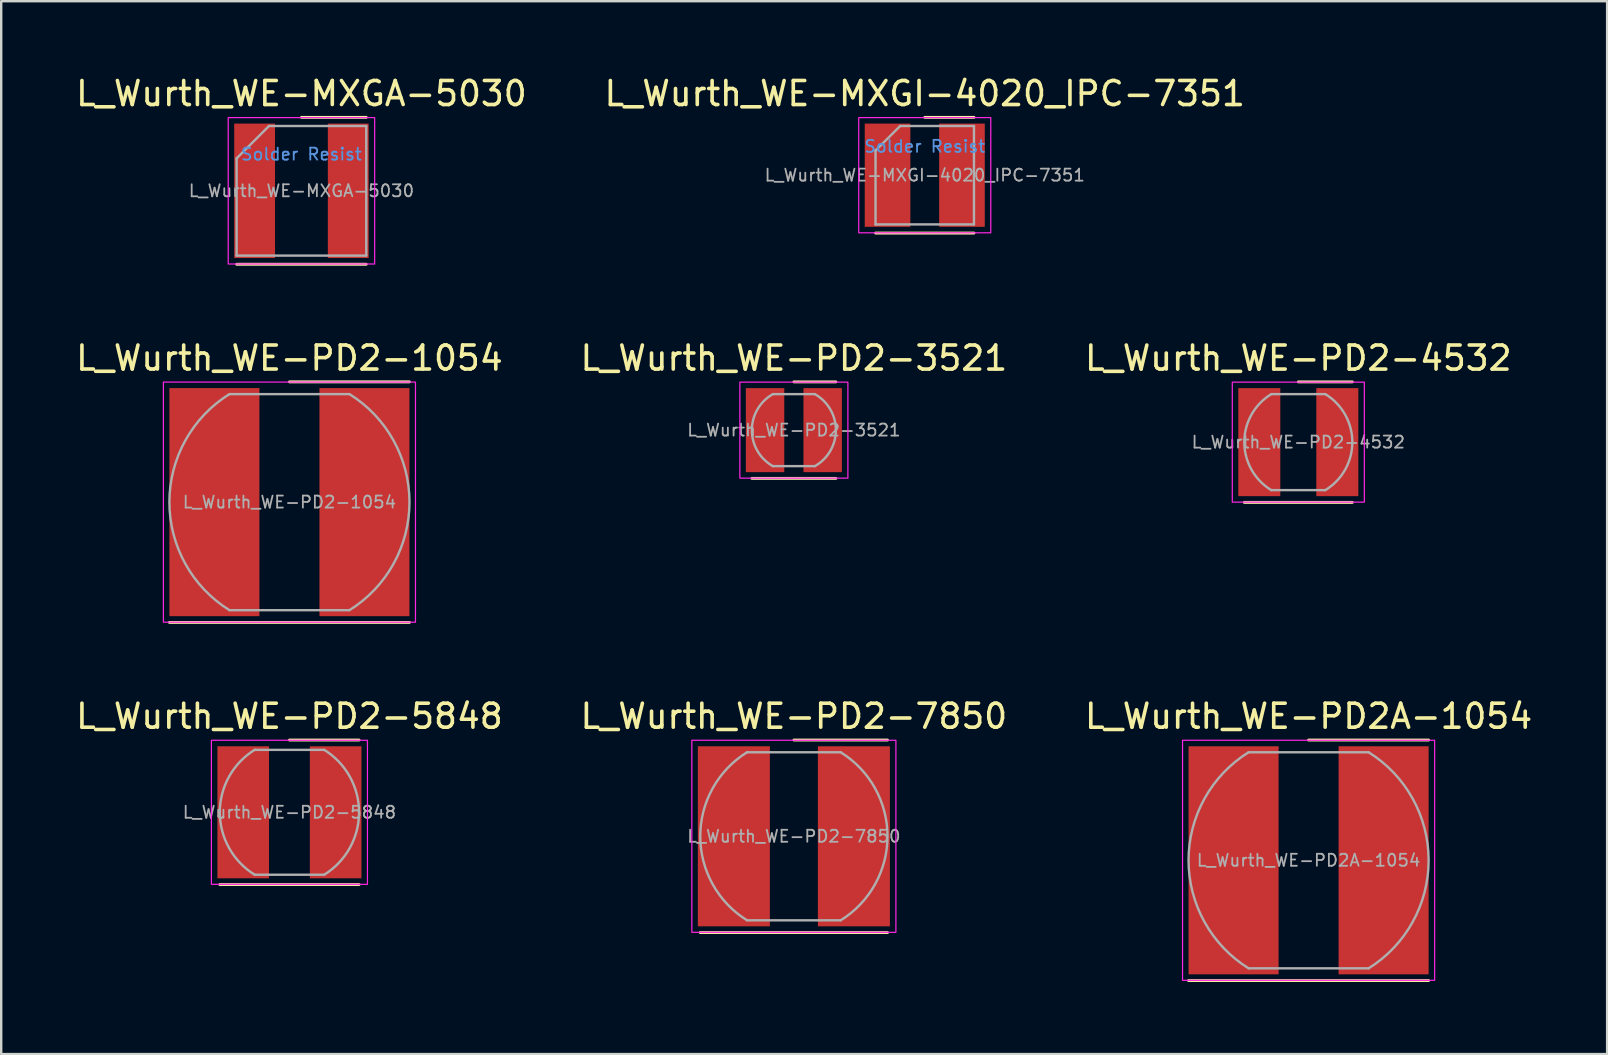
<source format=kicad_pcb>
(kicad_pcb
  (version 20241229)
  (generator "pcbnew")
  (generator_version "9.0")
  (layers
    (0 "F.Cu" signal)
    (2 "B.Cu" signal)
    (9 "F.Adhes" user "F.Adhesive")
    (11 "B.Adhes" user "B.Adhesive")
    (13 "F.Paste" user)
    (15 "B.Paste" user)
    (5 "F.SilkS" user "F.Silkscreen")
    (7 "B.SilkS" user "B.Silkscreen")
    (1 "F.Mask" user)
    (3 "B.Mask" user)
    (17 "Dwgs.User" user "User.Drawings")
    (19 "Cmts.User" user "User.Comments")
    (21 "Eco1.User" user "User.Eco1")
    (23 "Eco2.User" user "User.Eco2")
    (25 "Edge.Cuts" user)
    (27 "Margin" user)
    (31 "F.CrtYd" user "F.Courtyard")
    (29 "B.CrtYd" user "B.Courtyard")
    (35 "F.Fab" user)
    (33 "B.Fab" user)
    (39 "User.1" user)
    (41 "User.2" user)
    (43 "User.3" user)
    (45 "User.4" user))
  (footprint "L_Wurth_WE-PD2-4532"
    (layer "F.Cu")
    (at 51.03 15.367)
    (property "Reference" "L_Wurth_WE-PD2-4532" (at 0 -3.5 0) (unlocked yes) (layer "F.SilkS") (effects (font (size 1 1) (thickness 0.15))))
    (attr smd)
    (fp_line (start -2.25 2.51) (end 2.25 2.51) (stroke (width 0.12) (type solid)) (layer "F.SilkS"))
    (fp_line (start 0 -2.51) (end 2.25 -2.51) (stroke (width 0.12) (type solid)) (layer "F.SilkS"))
    (fp_rect (start -2.75 -2.5) (end 2.75 2.5) (stroke (width 0.05) (type solid)) (fill no) (layer "F.CrtYd"))
    (fp_line (start -1.125 -2) (end 1.125 -2) (stroke (width 0.1) (type solid)) (layer "F.Fab"))
    (fp_line (start -1.125 2) (end 1.125 2) (stroke (width 0.1) (type solid)) (layer "F.Fab"))
    (fp_arc (start -1.125 2) (mid -2.25 0) (end -1.125 -2) (stroke (width 0.1) (type solid)) (layer "F.Fab"))
    (fp_arc (start 1.125 -2) (mid 2.25 0) (end 1.125 2) (stroke (width 0.1) (type solid)) (layer "F.Fab"))
    (fp_text user "${REFERENCE}" (at 0 0 0) (unlocked yes) (layer "F.Fab") (effects (font (size 0.5 0.5) (thickness 0.075))))
    (pad "1" smd rect (at -1.625 0) (size 1.75 4.5) (layers "F.Cu" "F.Mask" "F.Paste"))
    (pad "2" smd rect (at 1.625 0) (size 1.75 4.5) (layers "F.Cu" "F.Mask" "F.Paste")))
  (footprint "L_Wurth_WE-PD2-5848"
    (layer "F.Cu")
    (at 9.006 30.785)
    (property "Reference" "L_Wurth_WE-PD2-5848" (at 0 -4 0) (unlocked yes) (layer "F.SilkS") (effects (font (size 1 1) (thickness 0.15))))
    (attr smd)
    (fp_line (start -2.9 3.01) (end 2.9 3.01) (stroke (width 0.12) (type solid)) (layer "F.SilkS"))
    (fp_line (start 0 -3.01) (end 2.9 -3.01) (stroke (width 0.12) (type solid)) (layer "F.SilkS"))
    (fp_rect (start -3.25 -3) (end 3.25 3) (stroke (width 0.05) (type solid)) (fill no) (layer "F.CrtYd"))
    (fp_line (start -1.45 -2.6) (end 1.45 -2.6) (stroke (width 0.1) (type solid)) (layer "F.Fab"))
    (fp_line (start -1.45 2.6) (end 1.45 2.6) (stroke (width 0.1) (type solid)) (layer "F.Fab"))
    (fp_arc (start -1.45 2.6) (mid -2.9 0) (end -1.45 -2.6) (stroke (width 0.1) (type solid)) (layer "F.Fab"))
    (fp_arc (start 1.45 -2.6) (mid 2.9 0) (end 1.45 2.6) (stroke (width 0.1) (type solid)) (layer "F.Fab"))
    (fp_text user "${REFERENCE}" (at 0 0 0) (unlocked yes) (layer "F.Fab") (effects (font (size 0.5 0.5) (thickness 0.075))))
    (pad "1" smd rect (at -1.925 0) (size 2.15 5.5) (layers "F.Cu" "F.Mask" "F.Paste"))
    (pad "2" smd rect (at 1.925 0) (size 2.15 5.5) (layers "F.Cu" "F.Mask" "F.Paste")))
  (footprint "L_Wurth_WE-PD2A-1054"
    (layer "F.Cu")
    (at 51.458 32.785)
    (property "Reference" "L_Wurth_WE-PD2A-1054" (at 0 -6 0) (unlocked yes) (layer "F.SilkS") (effects (font (size 1 1) (thickness 0.15))))
    (attr smd)
    (fp_line (start -5 5.01) (end 5 5.01) (stroke (width 0.12) (type solid)) (layer "F.SilkS"))
    (fp_line (start 0 -5.01) (end 5 -5.01) (stroke (width 0.12) (type solid)) (layer "F.SilkS"))
    (fp_rect (start -5.25 -5) (end 5.25 5) (stroke (width 0.05) (type solid)) (fill no) (layer "F.CrtYd"))
    (fp_line (start -2.5 -4.5) (end 2.5 -4.5) (stroke (width 0.1) (type solid)) (layer "F.Fab"))
    (fp_line (start -2.5 4.5) (end 2.5 4.5) (stroke (width 0.1) (type solid)) (layer "F.Fab"))
    (fp_arc (start -2.5 4.5) (mid -5 0) (end -2.5 -4.5) (stroke (width 0.1) (type solid)) (layer "F.Fab"))
    (fp_arc (start 2.5 -4.5) (mid 5 0) (end 2.5 4.5) (stroke (width 0.1) (type solid)) (layer "F.Fab"))
    (fp_text user "${REFERENCE}" (at 0 0 0) (unlocked yes) (layer "F.Fab") (effects (font (size 0.5 0.5) (thickness 0.075))))
    (pad "1" smd rect (at -3.125 0) (size 3.75 9.5) (layers "F.Cu" "F.Mask" "F.Paste"))
    (pad "2" smd rect (at 3.125 0) (size 3.75 9.5) (layers "F.Cu" "F.Mask" "F.Paste"))
    (zone (net_name "") (layers "F.Cu" "Dwgs.User") (name "Solder Resist") (hatch full 0.1) (connect_pads) (min_thickness 0.25) (filled_areas_thickness no) (keepout (tracks not_allowed) (vias not_allowed) (pads not_allowed) (copperpour not_allowed) (footprints not_allowed)) (placement (enabled no)) (fill) (polygon (pts (xy 50.208 37.785) (xy 52.708 37.785) (xy 52.708 27.785) (xy 50.208 27.785)))))
  (footprint "L_Wurth_WE-PD2-7850"
    (layer "F.Cu")
    (at 30.018 31.785)
    (property "Reference" "L_Wurth_WE-PD2-7850" (at 0 -5 0) (unlocked yes) (layer "F.SilkS") (effects (font (size 1 1) (thickness 0.15))))
    (attr smd)
    (fp_line (start -3.9 4.01) (end 3.9 4.01) (stroke (width 0.12) (type solid)) (layer "F.SilkS"))
    (fp_line (start 0 -4.01) (end 3.9 -4.01) (stroke (width 0.12) (type solid)) (layer "F.SilkS"))
    (fp_rect (start -4.25 -4) (end 4.25 4) (stroke (width 0.05) (type solid)) (fill no) (layer "F.CrtYd"))
    (fp_line (start -1.95 -3.5) (end 1.95 -3.5) (stroke (width 0.1) (type solid)) (layer "F.Fab"))
    (fp_line (start -1.95 3.5) (end 1.95 3.5) (stroke (width 0.1) (type solid)) (layer "F.Fab"))
    (fp_arc (start -1.95 3.5) (mid -3.9 0) (end -1.95 -3.5) (stroke (width 0.1) (type solid)) (layer "F.Fab"))
    (fp_arc (start 1.95 -3.5) (mid 3.9 0) (end 1.95 3.5) (stroke (width 0.1) (type solid)) (layer "F.Fab"))
    (fp_text user "${REFERENCE}" (at 0 0 0) (unlocked yes) (layer "F.Fab") (effects (font (size 0.5 0.5) (thickness 0.075))))
    (pad "1" smd rect (at -2.5 0) (size 3 7.5) (layers "F.Cu" "F.Mask" "F.Paste"))
    (pad "2" smd rect (at 2.5 0) (size 3 7.5) (layers "F.Cu" "F.Mask" "F.Paste")))
  (footprint "L_Wurth_WE-MXGA-5030"
    (layer "F.Cu")
    (at 9.506 4.898)
    (property "Reference" "L_Wurth_WE-MXGA-5030" (at 0 -4.05 0) (unlocked yes) (layer "F.SilkS") (effects (font (size 1 1) (thickness 0.15))))
    (attr smd)
    (fp_line (start -2.7 3.06) (end 2.7 3.06) (stroke (width 0.12) (type solid)) (layer "F.SilkS"))
    (fp_line (start 0 -3.06) (end 2.7 -3.06) (stroke (width 0.12) (type solid)) (layer "F.SilkS"))
    (fp_rect (start -3.05 -3.05) (end 3.05 3.05) (stroke (width 0.05) (type solid)) (fill no) (layer "F.CrtYd"))
    (fp_line (start -2.7 -1.35) (end -2.7 2.7) (stroke (width 0.1) (type solid)) (layer "F.Fab"))
    (fp_line (start -2.7 2.7) (end 2.7 2.7) (stroke (width 0.1) (type solid)) (layer "F.Fab"))
    (fp_line (start -1.35 -2.7) (end -2.7 -1.35) (stroke (width 0.1) (type solid)) (layer "F.Fab"))
    (fp_line (start 2.7 -2.7) (end -1.35 -2.7) (stroke (width 0.1) (type solid)) (layer "F.Fab"))
    (fp_line (start 2.7 2.7) (end 2.7 -2.7) (stroke (width 0.1) (type solid)) (layer "F.Fab"))
    (fp_text user "Solder Resist" (at 0 -1.525 0) (unlocked yes) (layer "Cmts.User") (effects (font (size 0.5 0.5) (thickness 0.075))))
    (fp_text user "${REFERENCE}" (at 0 0 0) (unlocked yes) (layer "F.Fab") (effects (font (size 0.5 0.5) (thickness 0.075))))
    (pad "1" smd rect (at -1.95 0) (size 1.7 5.6) (layers "F.Cu" "F.Mask" "F.Paste"))
    (pad "2" smd rect (at 1.95 0) (size 1.7 5.6) (layers "F.Cu" "F.Mask" "F.Paste"))
    (zone (net_name "") (layers "F.Cu" "Dwgs.User") (name "Solder Resist") (hatch full 0.1) (connect_pads) (min_thickness 0.25) (filled_areas_thickness no) (keepout (tracks not_allowed) (vias not_allowed) (pads not_allowed) (copperpour not_allowed) (footprints not_allowed)) (placement (enabled no)) (fill) (polygon (pts (xy 8.406 7.948) (xy 10.606 7.948) (xy 10.606 1.848) (xy 8.406 1.848)))))
  (footprint "L_Wurth_WE-PD2-1054"
    (layer "F.Cu")
    (at 9.006 17.866)
    (property "Reference" "L_Wurth_WE-PD2-1054" (at 0 -6 0) (unlocked yes) (layer "F.SilkS") (effects (font (size 1 1) (thickness 0.15))))
    (attr smd)
    (fp_line (start -5 5.01) (end 5 5.01) (stroke (width 0.12) (type solid)) (layer "F.SilkS"))
    (fp_line (start 0 -5.01) (end 5 -5.01) (stroke (width 0.12) (type solid)) (layer "F.SilkS"))
    (fp_rect (start -5.25 -5) (end 5.25 5) (stroke (width 0.05) (type solid)) (fill no) (layer "F.CrtYd"))
    (fp_line (start -2.5 -4.5) (end 2.5 -4.5) (stroke (width 0.1) (type solid)) (layer "F.Fab"))
    (fp_line (start -2.5 4.5) (end 2.5 4.5) (stroke (width 0.1) (type solid)) (layer "F.Fab"))
    (fp_arc (start -2.5 4.5) (mid -5 0) (end -2.5 -4.5) (stroke (width 0.1) (type solid)) (layer "F.Fab"))
    (fp_arc (start 2.5 -4.5) (mid 5 0) (end 2.5 4.5) (stroke (width 0.1) (type solid)) (layer "F.Fab"))
    (fp_text user "${REFERENCE}" (at 0 0 0) (unlocked yes) (layer "F.Fab") (effects (font (size 0.5 0.5) (thickness 0.075))))
    (pad "1" smd rect (at -3.125 0) (size 3.75 9.5) (layers "F.Cu" "F.Mask" "F.Paste"))
    (pad "2" smd rect (at 3.125 0) (size 3.75 9.5) (layers "F.Cu" "F.Mask" "F.Paste")))
  (footprint "L_Wurth_WE-PD2-3521"
    (layer "F.Cu")
    (at 30.018 14.867)
    (property "Reference" "L_Wurth_WE-PD2-3521" (at 0 -3 0) (unlocked yes) (layer "F.SilkS") (effects (font (size 1 1) (thickness 0.15))))
    (attr smd)
    (fp_line (start -1.75 2.01) (end 1.75 2.01) (stroke (width 0.12) (type solid)) (layer "F.SilkS"))
    (fp_line (start 0 -2.01) (end 1.75 -2.01) (stroke (width 0.12) (type solid)) (layer "F.SilkS"))
    (fp_rect (start -2.25 -2) (end 2.25 2) (stroke (width 0.05) (type solid)) (fill no) (layer "F.CrtYd"))
    (fp_line (start -0.875 -1.5) (end 0.875 -1.5) (stroke (width 0.1) (type solid)) (layer "F.Fab"))
    (fp_line (start -0.875 1.5) (end 0.875 1.5) (stroke (width 0.1) (type solid)) (layer "F.Fab"))
    (fp_arc (start -0.875 1.5) (mid -1.75 0) (end -0.875 -1.5) (stroke (width 0.1) (type solid)) (layer "F.Fab"))
    (fp_arc (start 0.875 -1.5) (mid 1.75 0) (end 0.875 1.5) (stroke (width 0.1) (type solid)) (layer "F.Fab"))
    (fp_text user "${REFERENCE}" (at 0 0 0) (unlocked yes) (layer "F.Fab") (effects (font (size 0.5 0.5) (thickness 0.075))))
    (pad "1" smd rect (at -1.2 0) (size 1.6 3.5) (layers "F.Cu" "F.Mask" "F.Paste"))
    (pad "2" smd rect (at 1.2 0) (size 1.6 3.5) (layers "F.Cu" "F.Mask" "F.Paste")))
  (footprint "L_Wurth_WE-MXGI-4020_IPC-7351"
    (layer "F.Cu")
    (at 35.47 4.248)
    (property "Reference" "L_Wurth_WE-MXGI-4020_IPC-7351" (at 0 -3.4 0) (unlocked yes) (layer "F.SilkS") (effects (font (size 1 1) (thickness 0.15))))
    (attr smd)
    (fp_line (start -2.05 2.41) (end 2.05 2.41) (stroke (width 0.12) (type solid)) (layer "F.SilkS"))
    (fp_line (start 0 -2.41) (end 2.05 -2.41) (stroke (width 0.12) (type solid)) (layer "F.SilkS"))
    (fp_rect (start -2.75 -2.4) (end 2.75 2.4) (stroke (width 0.05) (type solid)) (fill no) (layer "F.CrtYd"))
    (fp_line (start -2.05 -1.025) (end -2.05 2.05) (stroke (width 0.1) (type solid)) (layer "F.Fab"))
    (fp_line (start -2.05 2.05) (end 2.05 2.05) (stroke (width 0.1) (type solid)) (layer "F.Fab"))
    (fp_line (start -1.025 -2.05) (end -2.05 -1.025) (stroke (width 0.1) (type solid)) (layer "F.Fab"))
    (fp_line (start 2.05 -2.05) (end -1.025 -2.05) (stroke (width 0.1) (type solid)) (layer "F.Fab"))
    (fp_line (start 2.05 2.05) (end 2.05 -2.05) (stroke (width 0.1) (type solid)) (layer "F.Fab"))
    (fp_text user "Solder Resist" (at 0 -1.2 0) (unlocked yes) (layer "Cmts.User") (effects (font (size 0.5 0.5) (thickness 0.075))))
    (fp_text user "${REFERENCE}" (at 0 0 0) (unlocked yes) (layer "F.Fab") (effects (font (size 0.5 0.5) (thickness 0.075))))
    (pad "1" smd rect (at -1.55 0) (size 1.9 4.3) (layers "F.Cu" "F.Mask" "F.Paste"))
    (pad "2" smd rect (at 1.55 0) (size 1.9 4.3) (layers "F.Cu" "F.Mask" "F.Paste"))
    (zone (net_name "") (layers "F.Cu" "Dwgs.User") (name "Solder Resist") (hatch full 0.1) (connect_pads) (min_thickness 0.25) (filled_areas_thickness no) (keepout (tracks not_allowed) (vias not_allowed) (pads not_allowed) (copperpour not_allowed) (footprints not_allowed)) (placement (enabled no)) (fill) (polygon (pts (xy 34.87 6.648) (xy 36.07 6.648) (xy 36.07 1.848) (xy 34.87 1.848)))))
  (gr_rect
    (start -3 -3)
    (end 63.893 40.855)
    (stroke (width 0.1) (type default))
    (fill no)
    (layer "Edge.Cuts")))
</source>
